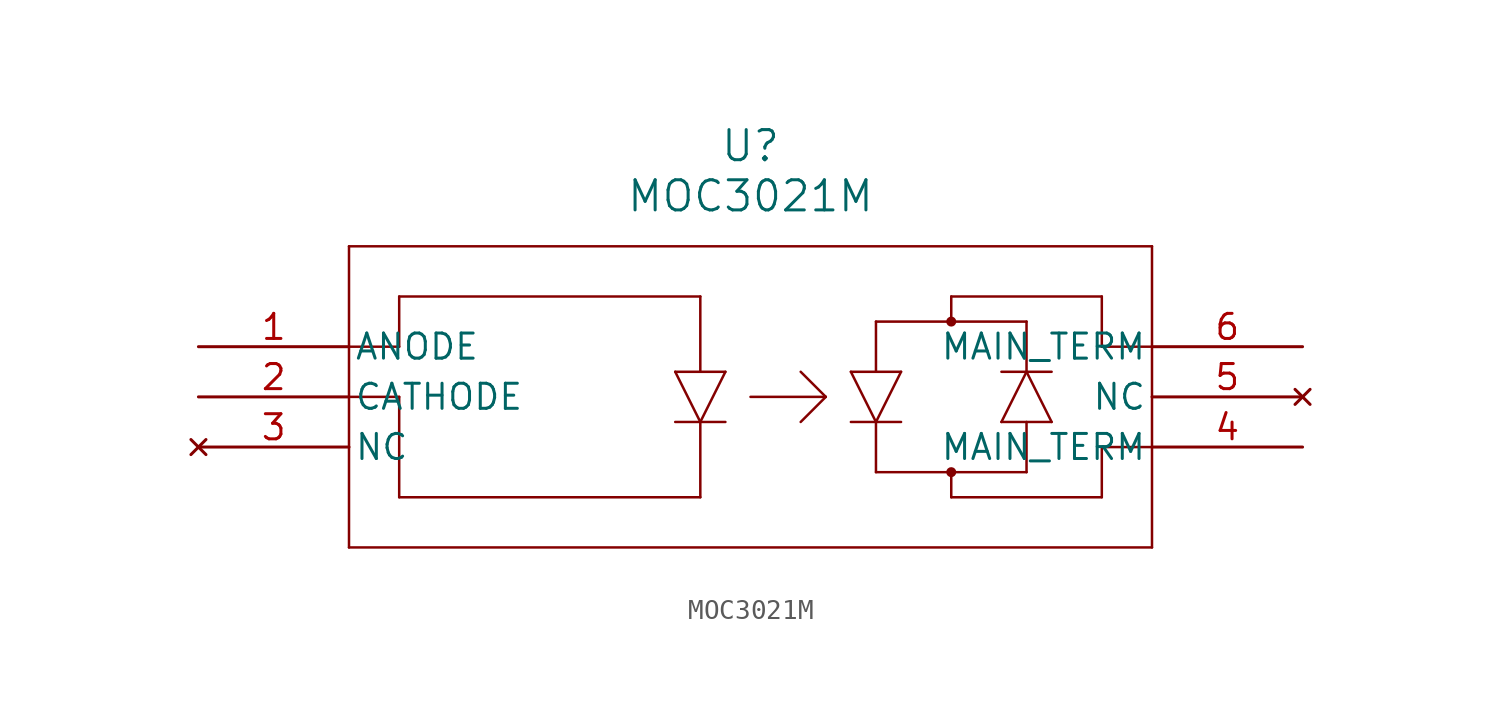
<source format=kicad_sym>
(kicad_symbol_lib
  (version 20211014)
  (generator kicad_symbol_editor)
  (symbol "MOC3021M"
    (pin_names
      (offset 0.254))
    (property "Reference" "U"
      (at 27.94 10.16 0)
      (effects (font (size 1.524 1.524))))
    (property "Value" "MOC3021M"
      (at 27.94 7.62 0)
      (effects (font (size 1.524 1.524))))
    (symbol "MOC3021M_0_1"
      (polyline (pts (xy 7.62 5.08) (xy 7.62 -10.16)) (stroke (width 0.127) (type default) (color 0 0 0 0)) (fill (type none)))
      (polyline (pts (xy 7.62 -10.16) (xy 48.26 -10.16)) (stroke (width 0.127) (type default) (color 0 0 0 0)) (fill (type none)))
      (polyline (pts (xy 48.26 -10.16) (xy 48.26 5.08)) (stroke (width 0.127) (type default) (color 0 0 0 0)) (fill (type none)))
      (polyline (pts (xy 48.26 5.08) (xy 7.62 5.08)) (stroke (width 0.127) (type default) (color 0 0 0 0)) (fill (type none)))
      (polyline (pts (xy 7.62 -2.54) (xy 10.16 -2.54)) (stroke (width 0.127) (type default) (color 0 0 0 0)) (fill (type none)))
      (polyline (pts (xy 10.16 -2.54) (xy 10.16 -7.62)) (stroke (width 0.127) (type default) (color 0 0 0 0)) (fill (type none)))
      (polyline (pts (xy 10.16 -7.62) (xy 25.4 -7.62)) (stroke (width 0.127) (type default) (color 0 0 0 0)) (fill (type none)))
      (polyline (pts (xy 25.4 -7.62) (xy 25.4 -3.81)) (stroke (width 0.127) (type default) (color 0 0 0 0)) (fill (type none)))
      (polyline (pts (xy 10.16 0) (xy 7.62 0)) (stroke (width 0.127) (type default) (color 0 0 0 0)) (fill (type none)))
      (polyline (pts (xy 48.26 0) (xy 45.72 0)) (stroke (width 0.127) (type default) (color 0 0 0 0)) (fill (type none)))
      (polyline (pts (xy 48.26 -5.08) (xy 45.72 -5.08)) (stroke (width 0.127) (type default) (color 0 0 0 0)) (fill (type none)))
      (polyline (pts (xy 45.72 -7.62) (xy 45.72 -5.08)) (stroke (width 0.127) (type default) (color 0 0 0 0)) (fill (type none)))
      (polyline (pts (xy 45.72 -7.62) (xy 38.1 -7.62)) (stroke (width 0.127) (type default) (color 0 0 0 0)) (fill (type none)))
      (polyline (pts (xy 38.1 -7.62) (xy 38.1 -6.35)) (stroke (width 0.127) (type default) (color 0 0 0 0)) (fill (type none)))
      (polyline (pts (xy 45.72 0) (xy 45.72 2.54)) (stroke (width 0.127) (type default) (color 0 0 0 0)) (fill (type none)))
      (polyline (pts (xy 45.72 2.54) (xy 38.1 2.54)) (stroke (width 0.127) (type default) (color 0 0 0 0)) (fill (type none)))
      (polyline (pts (xy 38.1 2.54) (xy 38.1 1.27)) (stroke (width 0.127) (type default) (color 0 0 0 0)) (fill (type none)))
      (polyline (pts (xy 34.29 1.27) (xy 41.91 1.27)) (stroke (width 0.127) (type default) (color 0 0 0 0)) (fill (type none)))
      (polyline (pts (xy 41.91 1.27) (xy 41.91 -1.27)) (stroke (width 0.127) (type default) (color 0 0 0 0)) (fill (type none)))
      (polyline (pts (xy 41.91 -3.81) (xy 41.91 -6.35)) (stroke (width 0.127) (type default) (color 0 0 0 0)) (fill (type none)))
      (polyline (pts (xy 34.29 -6.35) (xy 41.91 -6.35)) (stroke (width 0.127) (type default) (color 0 0 0 0)) (fill (type none)))
      (polyline (pts (xy 34.29 -3.81) (xy 34.29 -6.35)) (stroke (width 0.127) (type default) (color 0 0 0 0)) (fill (type none)))
      (polyline (pts (xy 34.29 -1.27) (xy 34.29 1.27)) (stroke (width 0.127) (type default) (color 0 0 0 0)) (fill (type none)))
      (polyline (pts (xy 10.16 0) (xy 10.16 2.54)) (stroke (width 0.127) (type default) (color 0 0 0 0)) (fill (type none)))
      (polyline (pts (xy 10.16 2.54) (xy 25.4 2.54)) (stroke (width 0.127) (type default) (color 0 0 0 0)) (fill (type none)))
      (polyline (pts (xy 25.4 2.54) (xy 25.4 -1.27)) (stroke (width 0.127) (type default) (color 0 0 0 0)) (fill (type none)))
      (polyline (pts (xy 24.13 -1.27) (xy 26.67 -1.27)) (stroke (width 0.127) (type default) (color 0 0 0 0)) (fill (type none)))
      (polyline (pts (xy 26.67 -1.27) (xy 25.4 -3.81)) (stroke (width 0.127) (type default) (color 0 0 0 0)) (fill (type none)))
      (polyline (pts (xy 25.4 -3.81) (xy 24.13 -1.27)) (stroke (width 0.127) (type default) (color 0 0 0 0)) (fill (type none)))
      (polyline (pts (xy 24.13 -3.81) (xy 26.67 -3.81)) (stroke (width 0.127) (type default) (color 0 0 0 0)) (fill (type none)))
      (polyline (pts (xy 27.94 -2.54) (xy 31.75 -2.54)) (stroke (width 0.127) (type default) (color 0 0 0 0)) (fill (type none)))
      (polyline (pts (xy 30.48 -1.27) (xy 31.75 -2.54)) (stroke (width 0.127) (type default) (color 0 0 0 0)) (fill (type none)))
      (polyline (pts (xy 31.75 -2.54) (xy 30.48 -3.81)) (stroke (width 0.127) (type default) (color 0 0 0 0)) (fill (type none)))
      (polyline (pts (xy 33.02 -1.27) (xy 35.56 -1.27)) (stroke (width 0.127) (type default) (color 0 0 0 0)) (fill (type none)))
      (polyline (pts (xy 35.56 -1.27) (xy 34.29 -3.81)) (stroke (width 0.127) (type default) (color 0 0 0 0)) (fill (type none)))
      (polyline (pts (xy 33.02 -1.27) (xy 34.29 -3.81)) (stroke (width 0.127) (type default) (color 0 0 0 0)) (fill (type none)))
      (polyline (pts (xy 33.02 -3.81) (xy 35.56 -3.81)) (stroke (width 0.127) (type default) (color 0 0 0 0)) (fill (type none)))
      (polyline (pts (xy 41.91 -1.27) (xy 40.64 -3.81)) (stroke (width 0.127) (type default) (color 0 0 0 0)) (fill (type none)))
      (polyline (pts (xy 40.64 -3.81) (xy 43.18 -3.81)) (stroke (width 0.127) (type default) (color 0 0 0 0)) (fill (type none)))
      (polyline (pts (xy 43.18 -3.81) (xy 41.91 -1.27)) (stroke (width 0.127) (type default) (color 0 0 0 0)) (fill (type none)))
      (polyline (pts (xy 43.18 -1.27) (xy 40.64 -1.27)) (stroke (width 0.127) (type default) (color 0 0 0 0)) (fill (type none)))
      (circle (center 38.1 1.27) (radius 0.127) (stroke (width 0.254) (type default) (color 0 0 0 0)) (fill (type none)))
      (circle (center 38.1 -6.35) (radius 0.127) (stroke (width 0.254) (type default) (color 0 0 0 0)) (fill (type none)))
      (pin input line (at 0 0 0) (length 7.62) (name "ANODE" (effects (font (size 1.27 1.27)))) (number "1" (effects (font (size 1.27 1.27)))))
      (pin output line (at 0 -2.54 0) (length 7.62) (name "CATHODE" (effects (font (size 1.27 1.27)))) (number "2" (effects (font (size 1.27 1.27)))))
      (pin no_connect line (at 0 -5.08 0) (length 7.62) (name "NC" (effects (font (size 1.27 1.27)))) (number "3" (effects (font (size 1.27 1.27)))))
      (pin bidirectional line (at 55.88 -5.08 180) (length 7.62) (name "MAIN_TERM" (effects (font (size 1.27 1.27)))) (number "4" (effects (font (size 1.27 1.27)))))
      (pin no_connect line (at 55.88 -2.54 180) (length 7.62) (name "NC" (effects (font (size 1.27 1.27)))) (number "5" (effects (font (size 1.27 1.27)))))
      (pin bidirectional line (at 55.88 0 180) (length 7.62) (name "MAIN_TERM" (effects (font (size 1.27 1.27)))) (number "6" (effects (font (size 1.27 1.27))))))))
</source>
